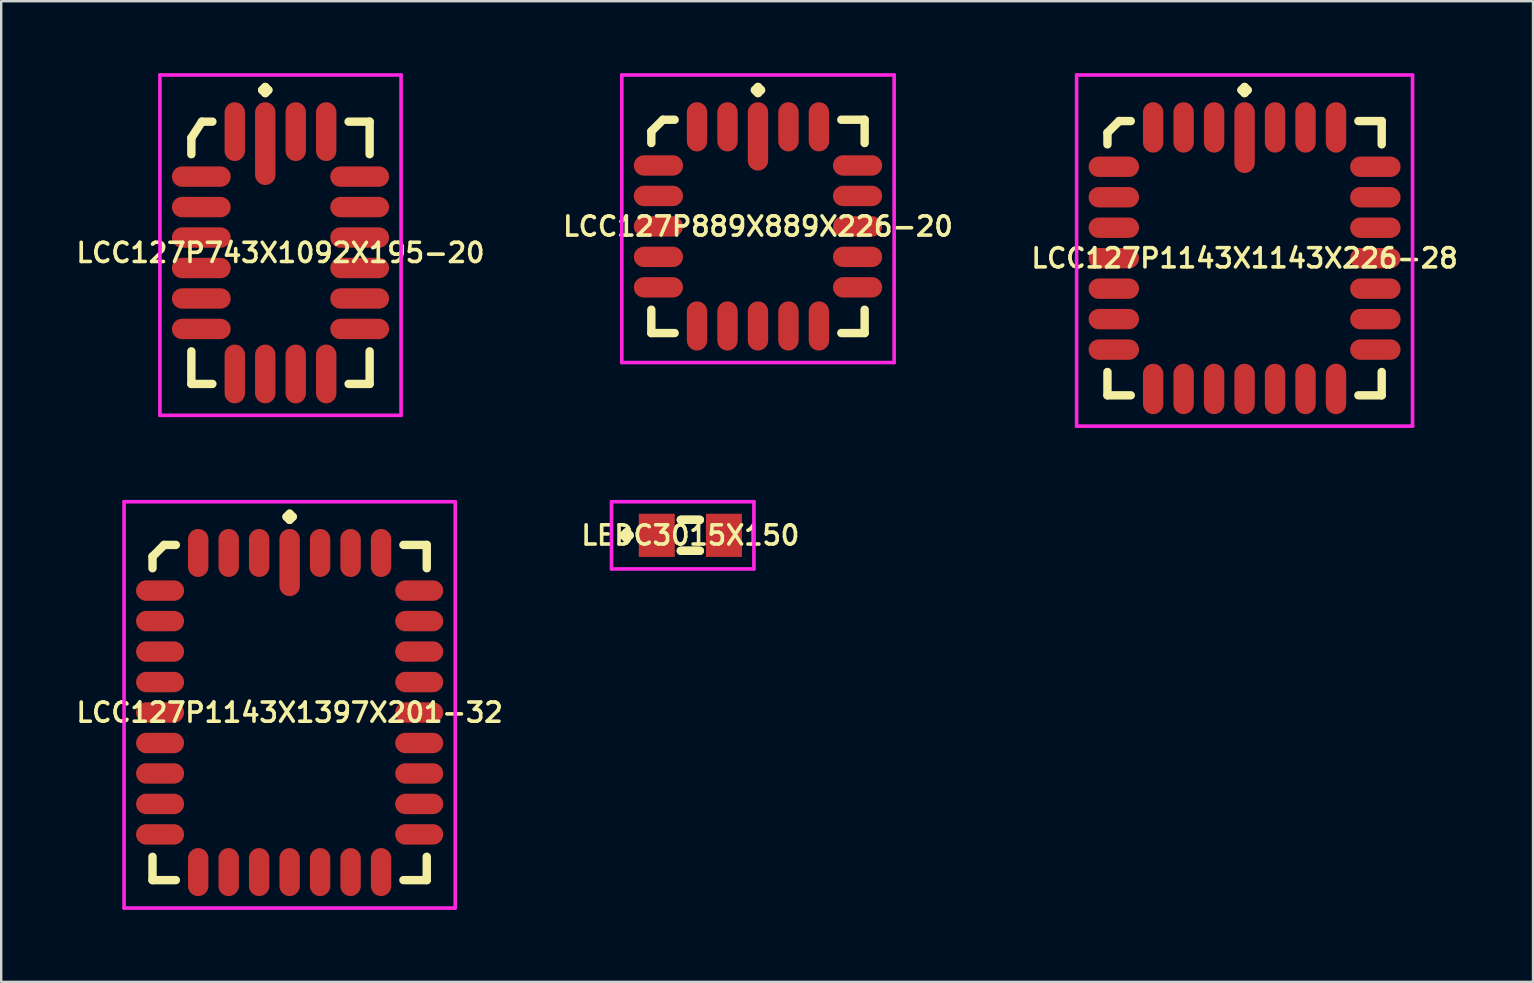
<source format=kicad_pcb>
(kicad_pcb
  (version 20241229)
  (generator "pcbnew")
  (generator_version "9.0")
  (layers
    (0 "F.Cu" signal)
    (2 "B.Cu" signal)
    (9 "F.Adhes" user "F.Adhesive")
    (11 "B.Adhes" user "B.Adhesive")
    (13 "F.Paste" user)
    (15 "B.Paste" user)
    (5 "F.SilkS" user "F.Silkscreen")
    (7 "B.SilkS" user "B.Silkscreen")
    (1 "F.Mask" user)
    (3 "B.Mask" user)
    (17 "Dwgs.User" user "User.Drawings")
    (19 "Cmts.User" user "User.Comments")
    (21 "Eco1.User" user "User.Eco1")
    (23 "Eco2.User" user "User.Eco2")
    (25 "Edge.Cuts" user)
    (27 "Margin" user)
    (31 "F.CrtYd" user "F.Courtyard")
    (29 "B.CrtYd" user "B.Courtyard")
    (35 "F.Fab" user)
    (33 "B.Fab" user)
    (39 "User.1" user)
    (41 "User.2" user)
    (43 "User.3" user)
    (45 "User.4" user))
  (footprint "LEDC3015X150"
    (layer "F.Cu")
    (at 25.721 19.26)
    (property "Reference" "LEDC3015X150" (at 0 0 0) (layer "F.SilkS") (effects (font (size 0.8 0.8) (thickness 0.15))))
    (attr smd)
    (fp_line (start -2.785 0) (end -2.658 -0.127) (stroke (width 0.35) (type solid)) (layer "F.SilkS"))
    (fp_line (start -2.658 -0.127) (end -2.531 0) (stroke (width 0.35) (type solid)) (layer "F.SilkS"))
    (fp_line (start -2.658 0.127) (end -2.785 0) (stroke (width 0.35) (type solid)) (layer "F.SilkS"))
    (fp_line (start -2.531 0) (end -2.658 0.127) (stroke (width 0.35) (type solid)) (layer "F.SilkS"))
    (fp_line (start -0.396 -0.646) (end 0.396 -0.646) (stroke (width 0.35) (type solid)) (layer "F.SilkS"))
    (fp_line (start -0.396 0.646) (end 0.396 0.646) (stroke (width 0.35) (type solid)) (layer "F.SilkS"))
    (fp_line (start 0.396 -0.646) (end -0.396 -0.646) (stroke (width 0.35) (type solid)) (layer "F.SilkS"))
    (fp_line (start 0.396 0.646) (end -0.396 0.646) (stroke (width 0.35) (type solid)) (layer "F.SilkS"))
    (fp_line (start -3.285 -1.4) (end 2.65 -1.4) (stroke (width 0.15) (type solid)) (layer "F.CrtYd"))
    (fp_line (start -3.285 1.4) (end -3.285 -1.4) (stroke (width 0.15) (type solid)) (layer "F.CrtYd"))
    (fp_line (start 2.65 -1.4) (end 2.65 1.4) (stroke (width 0.15) (type solid)) (layer "F.CrtYd"))
    (fp_line (start 2.65 1.4) (end -3.285 1.4) (stroke (width 0.15) (type solid)) (layer "F.CrtYd"))
    (pad "1" smd rect (at -1.4 0) (size 1.5 1.8) (layers "F.Cu" "F.Mask" "F.Paste"))
    (pad "2" smd rect (at 1.4 0) (size 1.5 1.8) (layers "F.Cu" "F.Mask" "F.Paste")))
  (footprint "LCC127P1143X1397X201-32"
    (layer "F.Cu")
    (at 9.021 26.645)
    (property "Reference" "LCC127P1143X1397X201-32" (at 0 0 0) (layer "F.SilkS") (effects (font (size 0.8 0.8) (thickness 0.15))))
    (attr smd)
    (fp_line (start -5.715 -6.499) (end -5.229 -6.985) (stroke (width 0.35) (type solid)) (layer "F.SilkS"))
    (fp_line (start -5.715 -6.013) (end -5.715 -6.499) (stroke (width 0.35) (type solid)) (layer "F.SilkS"))
    (fp_line (start -5.715 6.013) (end -5.715 6.985) (stroke (width 0.35) (type solid)) (layer "F.SilkS"))
    (fp_line (start -5.715 6.985) (end -4.743 6.985) (stroke (width 0.35) (type solid)) (layer "F.SilkS"))
    (fp_line (start -5.229 -6.985) (end -4.743 -6.985) (stroke (width 0.35) (type solid)) (layer "F.SilkS"))
    (fp_line (start -0.127 -8.158) (end 0 -8.285) (stroke (width 0.35) (type solid)) (layer "F.SilkS"))
    (fp_line (start 0 -8.285) (end 0.127 -8.158) (stroke (width 0.35) (type solid)) (layer "F.SilkS"))
    (fp_line (start 0 -8.031) (end -0.127 -8.158) (stroke (width 0.35) (type solid)) (layer "F.SilkS"))
    (fp_line (start 0.127 -8.158) (end 0 -8.031) (stroke (width 0.35) (type solid)) (layer "F.SilkS"))
    (fp_line (start 5.715 -6.985) (end 4.743 -6.985) (stroke (width 0.35) (type solid)) (layer "F.SilkS"))
    (fp_line (start 5.715 -6.013) (end 5.715 -6.985) (stroke (width 0.35) (type solid)) (layer "F.SilkS"))
    (fp_line (start 5.715 6.013) (end 5.715 6.985) (stroke (width 0.35) (type solid)) (layer "F.SilkS"))
    (fp_line (start 5.715 6.985) (end 4.743 6.985) (stroke (width 0.35) (type solid)) (layer "F.SilkS"))
    (fp_line (start -6.9 -8.785) (end 6.9 -8.785) (stroke (width 0.15) (type solid)) (layer "F.CrtYd"))
    (fp_line (start -6.9 8.15) (end -6.9 -8.785) (stroke (width 0.15) (type solid)) (layer "F.CrtYd"))
    (fp_line (start 6.9 -8.785) (end 6.9 8.15) (stroke (width 0.15) (type solid)) (layer "F.CrtYd"))
    (fp_line (start 6.9 8.15) (end -6.9 8.15) (stroke (width 0.15) (type solid)) (layer "F.CrtYd"))
    (pad "1" smd oval (at 0 -6.25) (size 0.85 2.8) (layers "F.Cu" "F.Mask" "F.Paste"))
    (pad "2" smd oval (at -1.27 -6.65) (size 0.85 2) (layers "F.Cu" "F.Mask" "F.Paste"))
    (pad "3" smd oval (at -2.54 -6.65) (size 0.85 2) (layers "F.Cu" "F.Mask" "F.Paste"))
    (pad "4" smd oval (at -3.81 -6.65) (size 0.85 2) (layers "F.Cu" "F.Mask" "F.Paste"))
    (pad "5" smd oval (at -5.4 -5.08) (size 2 0.85) (layers "F.Cu" "F.Mask" "F.Paste"))
    (pad "6" smd oval (at -5.4 -3.81) (size 2 0.85) (layers "F.Cu" "F.Mask" "F.Paste"))
    (pad "7" smd oval (at -5.4 -2.54) (size 2 0.85) (layers "F.Cu" "F.Mask" "F.Paste"))
    (pad "8" smd oval (at -5.4 -1.27) (size 2 0.85) (layers "F.Cu" "F.Mask" "F.Paste"))
    (pad "9" smd oval (at -5.4 0) (size 2 0.85) (layers "F.Cu" "F.Mask" "F.Paste"))
    (pad "10" smd oval (at -5.4 1.27) (size 2 0.85) (layers "F.Cu" "F.Mask" "F.Paste"))
    (pad "11" smd oval (at -5.4 2.54) (size 2 0.85) (layers "F.Cu" "F.Mask" "F.Paste"))
    (pad "12" smd oval (at -5.4 3.81) (size 2 0.85) (layers "F.Cu" "F.Mask" "F.Paste"))
    (pad "13" smd oval (at -5.4 5.08) (size 2 0.85) (layers "F.Cu" "F.Mask" "F.Paste"))
    (pad "14" smd oval (at -3.81 6.65) (size 0.85 2) (layers "F.Cu" "F.Mask" "F.Paste"))
    (pad "15" smd oval (at -2.54 6.65) (size 0.85 2) (layers "F.Cu" "F.Mask" "F.Paste"))
    (pad "16" smd oval (at -1.27 6.65) (size 0.85 2) (layers "F.Cu" "F.Mask" "F.Paste"))
    (pad "17" smd oval (at 0 6.65) (size 0.85 2) (layers "F.Cu" "F.Mask" "F.Paste"))
    (pad "18" smd oval (at 1.27 6.65) (size 0.85 2) (layers "F.Cu" "F.Mask" "F.Paste"))
    (pad "19" smd oval (at 2.54 6.65) (size 0.85 2) (layers "F.Cu" "F.Mask" "F.Paste"))
    (pad "20" smd oval (at 3.81 6.65) (size 0.85 2) (layers "F.Cu" "F.Mask" "F.Paste"))
    (pad "21" smd oval (at 5.4 5.08) (size 2 0.85) (layers "F.Cu" "F.Mask" "F.Paste"))
    (pad "22" smd oval (at 5.4 3.81) (size 2 0.85) (layers "F.Cu" "F.Mask" "F.Paste"))
    (pad "23" smd oval (at 5.4 2.54) (size 2 0.85) (layers "F.Cu" "F.Mask" "F.Paste"))
    (pad "24" smd oval (at 5.4 1.27) (size 2 0.85) (layers "F.Cu" "F.Mask" "F.Paste"))
    (pad "25" smd oval (at 5.4 0) (size 2 0.85) (layers "F.Cu" "F.Mask" "F.Paste"))
    (pad "26" smd oval (at 5.4 -1.27) (size 2 0.85) (layers "F.Cu" "F.Mask" "F.Paste"))
    (pad "27" smd oval (at 5.4 -2.54) (size 2 0.85) (layers "F.Cu" "F.Mask" "F.Paste"))
    (pad "28" smd oval (at 5.4 -3.81) (size 2 0.85) (layers "F.Cu" "F.Mask" "F.Paste"))
    (pad "29" smd oval (at 5.4 -5.08) (size 2 0.85) (layers "F.Cu" "F.Mask" "F.Paste"))
    (pad "30" smd oval (at 3.81 -6.65) (size 0.85 2) (layers "F.Cu" "F.Mask" "F.Paste"))
    (pad "31" smd oval (at 2.54 -6.65) (size 0.85 2) (layers "F.Cu" "F.Mask" "F.Paste"))
    (pad "32" smd oval (at 1.27 -6.65) (size 0.85 2) (layers "F.Cu" "F.Mask" "F.Paste")))
  (footprint "LCC127P889X889X226-20"
    (layer "F.Cu")
    (at 28.54 6.385)
    (property "Reference" "LCC127P889X889X226-20" (at 0 0 0) (layer "F.SilkS") (effects (font (size 0.8 0.8) (thickness 0.15))))
    (attr smd)
    (fp_line (start -4.445 -3.959) (end -3.959 -4.445) (stroke (width 0.35) (type solid)) (layer "F.SilkS"))
    (fp_line (start -4.445 -3.473) (end -4.445 -3.959) (stroke (width 0.35) (type solid)) (layer "F.SilkS"))
    (fp_line (start -4.445 3.473) (end -4.445 4.445) (stroke (width 0.35) (type solid)) (layer "F.SilkS"))
    (fp_line (start -4.445 4.445) (end -3.473 4.445) (stroke (width 0.35) (type solid)) (layer "F.SilkS"))
    (fp_line (start -3.959 -4.445) (end -3.473 -4.445) (stroke (width 0.35) (type solid)) (layer "F.SilkS"))
    (fp_line (start -0.127 -5.683) (end 0 -5.81) (stroke (width 0.35) (type solid)) (layer "F.SilkS"))
    (fp_line (start 0 -5.81) (end 0.127 -5.683) (stroke (width 0.35) (type solid)) (layer "F.SilkS"))
    (fp_line (start 0 -5.556) (end -0.127 -5.683) (stroke (width 0.35) (type solid)) (layer "F.SilkS"))
    (fp_line (start 0.127 -5.683) (end 0 -5.556) (stroke (width 0.35) (type solid)) (layer "F.SilkS"))
    (fp_line (start 4.445 -4.445) (end 3.473 -4.445) (stroke (width 0.35) (type solid)) (layer "F.SilkS"))
    (fp_line (start 4.445 -3.473) (end 4.445 -4.445) (stroke (width 0.35) (type solid)) (layer "F.SilkS"))
    (fp_line (start 4.445 3.473) (end 4.445 4.445) (stroke (width 0.35) (type solid)) (layer "F.SilkS"))
    (fp_line (start 4.445 4.445) (end 3.473 4.445) (stroke (width 0.35) (type solid)) (layer "F.SilkS"))
    (fp_line (start -5.675 -6.31) (end 5.675 -6.31) (stroke (width 0.15) (type solid)) (layer "F.CrtYd"))
    (fp_line (start -5.675 5.675) (end -5.675 -6.31) (stroke (width 0.15) (type solid)) (layer "F.CrtYd"))
    (fp_line (start 5.675 -6.31) (end 5.675 5.675) (stroke (width 0.15) (type solid)) (layer "F.CrtYd"))
    (fp_line (start 5.675 5.675) (end -5.675 5.675) (stroke (width 0.15) (type solid)) (layer "F.CrtYd"))
    (pad "1" smd oval (at 0 -3.75) (size 0.85 2.85) (layers "F.Cu" "F.Mask" "F.Paste"))
    (pad "2" smd oval (at -1.27 -4.15) (size 0.85 2.05) (layers "F.Cu" "F.Mask" "F.Paste"))
    (pad "3" smd oval (at -2.54 -4.15) (size 0.85 2.05) (layers "F.Cu" "F.Mask" "F.Paste"))
    (pad "4" smd oval (at -4.15 -2.54) (size 2.05 0.85) (layers "F.Cu" "F.Mask" "F.Paste"))
    (pad "5" smd oval (at -4.15 -1.27) (size 2.05 0.85) (layers "F.Cu" "F.Mask" "F.Paste"))
    (pad "6" smd oval (at -4.15 0) (size 2.05 0.85) (layers "F.Cu" "F.Mask" "F.Paste"))
    (pad "7" smd oval (at -4.15 1.27) (size 2.05 0.85) (layers "F.Cu" "F.Mask" "F.Paste"))
    (pad "8" smd oval (at -4.15 2.54) (size 2.05 0.85) (layers "F.Cu" "F.Mask" "F.Paste"))
    (pad "9" smd oval (at -2.54 4.15) (size 0.85 2.05) (layers "F.Cu" "F.Mask" "F.Paste"))
    (pad "10" smd oval (at -1.27 4.15) (size 0.85 2.05) (layers "F.Cu" "F.Mask" "F.Paste"))
    (pad "11" smd oval (at 0 4.15) (size 0.85 2.05) (layers "F.Cu" "F.Mask" "F.Paste"))
    (pad "12" smd oval (at 1.27 4.15) (size 0.85 2.05) (layers "F.Cu" "F.Mask" "F.Paste"))
    (pad "13" smd oval (at 2.54 4.15) (size 0.85 2.05) (layers "F.Cu" "F.Mask" "F.Paste"))
    (pad "14" smd oval (at 4.15 2.54) (size 2.05 0.85) (layers "F.Cu" "F.Mask" "F.Paste"))
    (pad "15" smd oval (at 4.15 1.27) (size 2.05 0.85) (layers "F.Cu" "F.Mask" "F.Paste"))
    (pad "16" smd oval (at 4.15 0) (size 2.05 0.85) (layers "F.Cu" "F.Mask" "F.Paste"))
    (pad "17" smd oval (at 4.15 -1.27) (size 2.05 0.85) (layers "F.Cu" "F.Mask" "F.Paste"))
    (pad "18" smd oval (at 4.15 -2.54) (size 2.05 0.85) (layers "F.Cu" "F.Mask" "F.Paste"))
    (pad "19" smd oval (at 2.54 -4.15) (size 0.85 2.05) (layers "F.Cu" "F.Mask" "F.Paste"))
    (pad "20" smd oval (at 1.27 -4.15) (size 0.85 2.05) (layers "F.Cu" "F.Mask" "F.Paste")))
  (footprint "LCC127P1143X1143X226-28"
    (layer "F.Cu")
    (at 48.82 7.71)
    (property "Reference" "LCC127P1143X1143X226-28" (at 0 0 0) (layer "F.SilkS") (effects (font (size 0.8 0.8) (thickness 0.15))))
    (attr smd)
    (fp_line (start -5.715 -5.229) (end -5.229 -5.715) (stroke (width 0.35) (type solid)) (layer "F.SilkS"))
    (fp_line (start -5.715 -4.743) (end -5.715 -5.229) (stroke (width 0.35) (type solid)) (layer "F.SilkS"))
    (fp_line (start -5.715 4.743) (end -5.715 5.715) (stroke (width 0.35) (type solid)) (layer "F.SilkS"))
    (fp_line (start -5.715 5.715) (end -4.743 5.715) (stroke (width 0.35) (type solid)) (layer "F.SilkS"))
    (fp_line (start -5.229 -5.715) (end -4.743 -5.715) (stroke (width 0.35) (type solid)) (layer "F.SilkS"))
    (fp_line (start -0.127 -7.008) (end 0 -7.135) (stroke (width 0.35) (type solid)) (layer "F.SilkS"))
    (fp_line (start 0 -7.135) (end 0.127 -7.008) (stroke (width 0.35) (type solid)) (layer "F.SilkS"))
    (fp_line (start 0 -6.881) (end -0.127 -7.008) (stroke (width 0.35) (type solid)) (layer "F.SilkS"))
    (fp_line (start 0.127 -7.008) (end 0 -6.881) (stroke (width 0.35) (type solid)) (layer "F.SilkS"))
    (fp_line (start 5.715 -5.715) (end 4.743 -5.715) (stroke (width 0.35) (type solid)) (layer "F.SilkS"))
    (fp_line (start 5.715 -4.743) (end 5.715 -5.715) (stroke (width 0.35) (type solid)) (layer "F.SilkS"))
    (fp_line (start 5.715 4.743) (end 5.715 5.715) (stroke (width 0.35) (type solid)) (layer "F.SilkS"))
    (fp_line (start 5.715 5.715) (end 4.743 5.715) (stroke (width 0.35) (type solid)) (layer "F.SilkS"))
    (fp_line (start -7 -7.635) (end 7 -7.635) (stroke (width 0.15) (type solid)) (layer "F.CrtYd"))
    (fp_line (start -7 7) (end -7 -7.635) (stroke (width 0.15) (type solid)) (layer "F.CrtYd"))
    (fp_line (start 7 -7.635) (end 7 7) (stroke (width 0.15) (type solid)) (layer "F.CrtYd"))
    (fp_line (start 7 7) (end -7 7) (stroke (width 0.15) (type solid)) (layer "F.CrtYd"))
    (pad "1" smd oval (at 0 -5.025) (size 0.85 2.95) (layers "F.Cu" "F.Mask" "F.Paste"))
    (pad "2" smd oval (at -1.27 -5.45) (size 0.85 2.1) (layers "F.Cu" "F.Mask" "F.Paste"))
    (pad "3" smd oval (at -2.54 -5.45) (size 0.85 2.1) (layers "F.Cu" "F.Mask" "F.Paste"))
    (pad "4" smd oval (at -3.81 -5.45) (size 0.85 2.1) (layers "F.Cu" "F.Mask" "F.Paste"))
    (pad "5" smd oval (at -5.45 -3.81) (size 2.1 0.85) (layers "F.Cu" "F.Mask" "F.Paste"))
    (pad "6" smd oval (at -5.45 -2.54) (size 2.1 0.85) (layers "F.Cu" "F.Mask" "F.Paste"))
    (pad "7" smd oval (at -5.45 -1.27) (size 2.1 0.85) (layers "F.Cu" "F.Mask" "F.Paste"))
    (pad "8" smd oval (at -5.45 0) (size 2.1 0.85) (layers "F.Cu" "F.Mask" "F.Paste"))
    (pad "9" smd oval (at -5.45 1.27) (size 2.1 0.85) (layers "F.Cu" "F.Mask" "F.Paste"))
    (pad "10" smd oval (at -5.45 2.54) (size 2.1 0.85) (layers "F.Cu" "F.Mask" "F.Paste"))
    (pad "11" smd oval (at -5.45 3.81) (size 2.1 0.85) (layers "F.Cu" "F.Mask" "F.Paste"))
    (pad "12" smd oval (at -3.81 5.45) (size 0.85 2.1) (layers "F.Cu" "F.Mask" "F.Paste"))
    (pad "13" smd oval (at -2.54 5.45) (size 0.85 2.1) (layers "F.Cu" "F.Mask" "F.Paste"))
    (pad "14" smd oval (at -1.27 5.45) (size 0.85 2.1) (layers "F.Cu" "F.Mask" "F.Paste"))
    (pad "15" smd oval (at 0 5.45) (size 0.85 2.1) (layers "F.Cu" "F.Mask" "F.Paste"))
    (pad "16" smd oval (at 1.27 5.45) (size 0.85 2.1) (layers "F.Cu" "F.Mask" "F.Paste"))
    (pad "17" smd oval (at 2.54 5.45) (size 0.85 2.1) (layers "F.Cu" "F.Mask" "F.Paste"))
    (pad "18" smd oval (at 3.81 5.45) (size 0.85 2.1) (layers "F.Cu" "F.Mask" "F.Paste"))
    (pad "19" smd oval (at 5.45 3.81) (size 2.1 0.85) (layers "F.Cu" "F.Mask" "F.Paste"))
    (pad "20" smd oval (at 5.45 2.54) (size 2.1 0.85) (layers "F.Cu" "F.Mask" "F.Paste"))
    (pad "21" smd oval (at 5.45 1.27) (size 2.1 0.85) (layers "F.Cu" "F.Mask" "F.Paste"))
    (pad "22" smd oval (at 5.45 0) (size 2.1 0.85) (layers "F.Cu" "F.Mask" "F.Paste"))
    (pad "23" smd oval (at 5.45 -1.27) (size 2.1 0.85) (layers "F.Cu" "F.Mask" "F.Paste"))
    (pad "24" smd oval (at 5.45 -2.54) (size 2.1 0.85) (layers "F.Cu" "F.Mask" "F.Paste"))
    (pad "25" smd oval (at 5.45 -3.81) (size 2.1 0.85) (layers "F.Cu" "F.Mask" "F.Paste"))
    (pad "26" smd oval (at 3.81 -5.45) (size 0.85 2.1) (layers "F.Cu" "F.Mask" "F.Paste"))
    (pad "27" smd oval (at 2.54 -5.45) (size 0.85 2.1) (layers "F.Cu" "F.Mask" "F.Paste"))
    (pad "28" smd oval (at 1.27 -5.45) (size 0.85 2.1) (layers "F.Cu" "F.Mask" "F.Paste")))
  (footprint "LCC127P743X1092X195-20"
    (layer "F.Cu")
    (at 8.64 7.485)
    (property "Reference" "LCC127P743X1092X195-20" (at 0 0 0) (layer "F.SilkS") (effects (font (size 0.8 0.8) (thickness 0.15))))
    (attr smd)
    (fp_line (start -3.715 -4.787) (end -3.276 -5.465) (stroke (width 0.35) (type solid)) (layer "F.SilkS"))
    (fp_line (start -3.715 -4.108) (end -3.715 -4.787) (stroke (width 0.35) (type solid)) (layer "F.SilkS"))
    (fp_line (start -3.715 4.108) (end -3.715 5.465) (stroke (width 0.35) (type solid)) (layer "F.SilkS"))
    (fp_line (start -3.715 5.465) (end -2.838 5.465) (stroke (width 0.35) (type solid)) (layer "F.SilkS"))
    (fp_line (start -3.276 -5.465) (end -2.838 -5.465) (stroke (width 0.35) (type solid)) (layer "F.SilkS"))
    (fp_line (start -0.762 -6.783) (end -0.635 -6.91) (stroke (width 0.35) (type solid)) (layer "F.SilkS"))
    (fp_line (start -0.635 -6.91) (end -0.508 -6.783) (stroke (width 0.35) (type solid)) (layer "F.SilkS"))
    (fp_line (start -0.635 -6.656) (end -0.762 -6.783) (stroke (width 0.35) (type solid)) (layer "F.SilkS"))
    (fp_line (start -0.508 -6.783) (end -0.635 -6.656) (stroke (width 0.35) (type solid)) (layer "F.SilkS"))
    (fp_line (start 3.715 -5.465) (end 2.838 -5.465) (stroke (width 0.35) (type solid)) (layer "F.SilkS"))
    (fp_line (start 3.715 -4.108) (end 3.715 -5.465) (stroke (width 0.35) (type solid)) (layer "F.SilkS"))
    (fp_line (start 3.715 4.108) (end 3.715 5.465) (stroke (width 0.35) (type solid)) (layer "F.SilkS"))
    (fp_line (start 3.715 5.465) (end 2.838 5.465) (stroke (width 0.35) (type solid)) (layer "F.SilkS"))
    (fp_line (start -5.025 -7.41) (end 5.025 -7.41) (stroke (width 0.15) (type solid)) (layer "F.CrtYd"))
    (fp_line (start -5.025 6.775) (end -5.025 -7.41) (stroke (width 0.15) (type solid)) (layer "F.CrtYd"))
    (fp_line (start 5.025 -7.41) (end 5.025 6.775) (stroke (width 0.15) (type solid)) (layer "F.CrtYd"))
    (fp_line (start 5.025 6.775) (end -5.025 6.775) (stroke (width 0.15) (type solid)) (layer "F.CrtYd"))
    (pad "1" smd oval (at -0.635 -4.55) (size 0.85 3.45) (layers "F.Cu" "F.Mask" "F.Paste"))
    (pad "2" smd oval (at -1.905 -5.05) (size 0.85 2.45) (layers "F.Cu" "F.Mask" "F.Paste"))
    (pad "3" smd oval (at -3.3 -3.175) (size 2.45 0.85) (layers "F.Cu" "F.Mask" "F.Paste"))
    (pad "4" smd oval (at -3.3 -1.905) (size 2.45 0.85) (layers "F.Cu" "F.Mask" "F.Paste"))
    (pad "5" smd oval (at -3.3 -0.635) (size 2.45 0.85) (layers "F.Cu" "F.Mask" "F.Paste"))
    (pad "6" smd oval (at -3.3 0.635) (size 2.45 0.85) (layers "F.Cu" "F.Mask" "F.Paste"))
    (pad "7" smd oval (at -3.3 1.905) (size 2.45 0.85) (layers "F.Cu" "F.Mask" "F.Paste"))
    (pad "8" smd oval (at -3.3 3.175) (size 2.45 0.85) (layers "F.Cu" "F.Mask" "F.Paste"))
    (pad "9" smd oval (at -1.905 5.05) (size 0.85 2.45) (layers "F.Cu" "F.Mask" "F.Paste"))
    (pad "10" smd oval (at -0.635 5.05) (size 0.85 2.45) (layers "F.Cu" "F.Mask" "F.Paste"))
    (pad "11" smd oval (at 0.635 5.05) (size 0.85 2.45) (layers "F.Cu" "F.Mask" "F.Paste"))
    (pad "12" smd oval (at 1.905 5.05) (size 0.85 2.45) (layers "F.Cu" "F.Mask" "F.Paste"))
    (pad "13" smd oval (at 3.3 3.175) (size 2.45 0.85) (layers "F.Cu" "F.Mask" "F.Paste"))
    (pad "14" smd oval (at 3.3 1.905) (size 2.45 0.85) (layers "F.Cu" "F.Mask" "F.Paste"))
    (pad "15" smd oval (at 3.3 0.635) (size 2.45 0.85) (layers "F.Cu" "F.Mask" "F.Paste"))
    (pad "16" smd oval (at 3.3 -0.635) (size 2.45 0.85) (layers "F.Cu" "F.Mask" "F.Paste"))
    (pad "17" smd oval (at 3.3 -1.905) (size 2.45 0.85) (layers "F.Cu" "F.Mask" "F.Paste"))
    (pad "18" smd oval (at 3.3 -3.175) (size 2.45 0.85) (layers "F.Cu" "F.Mask" "F.Paste"))
    (pad "19" smd oval (at 1.905 -5.05) (size 0.85 2.45) (layers "F.Cu" "F.Mask" "F.Paste"))
    (pad "20" smd oval (at 0.635 -5.05) (size 0.85 2.45) (layers "F.Cu" "F.Mask" "F.Paste")))
  (gr_rect
    (start -3 -3)
    (end 60.841 37.87)
    (stroke (width 0.1) (type default))
    (fill no)
    (layer "Edge.Cuts")))
</source>
